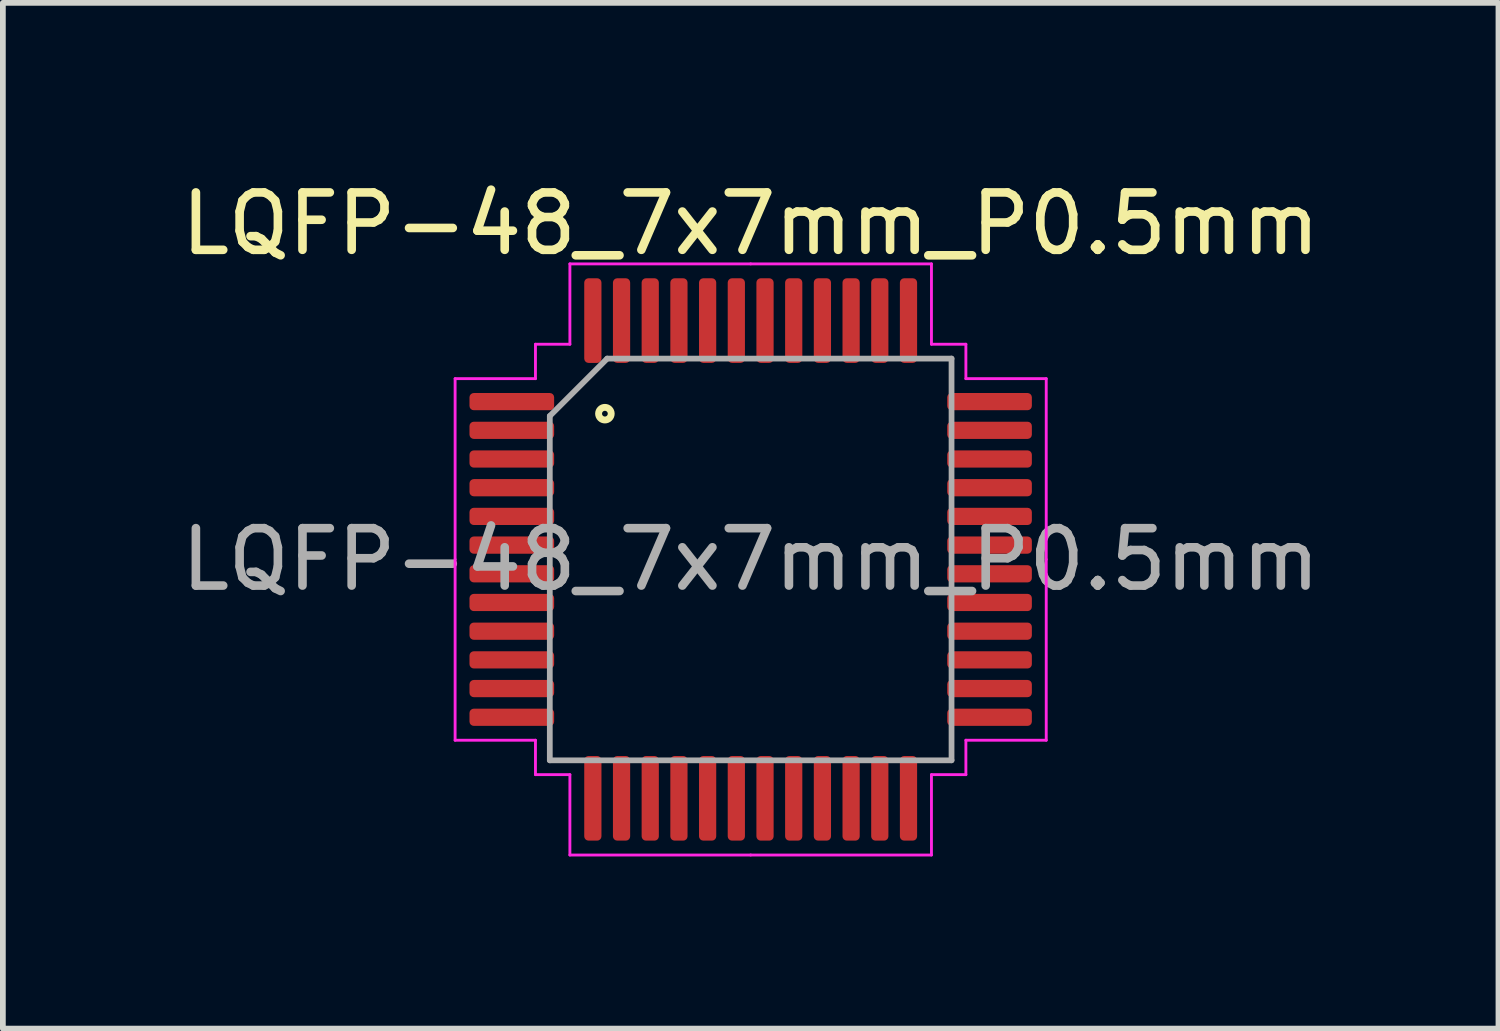
<source format=kicad_pcb>
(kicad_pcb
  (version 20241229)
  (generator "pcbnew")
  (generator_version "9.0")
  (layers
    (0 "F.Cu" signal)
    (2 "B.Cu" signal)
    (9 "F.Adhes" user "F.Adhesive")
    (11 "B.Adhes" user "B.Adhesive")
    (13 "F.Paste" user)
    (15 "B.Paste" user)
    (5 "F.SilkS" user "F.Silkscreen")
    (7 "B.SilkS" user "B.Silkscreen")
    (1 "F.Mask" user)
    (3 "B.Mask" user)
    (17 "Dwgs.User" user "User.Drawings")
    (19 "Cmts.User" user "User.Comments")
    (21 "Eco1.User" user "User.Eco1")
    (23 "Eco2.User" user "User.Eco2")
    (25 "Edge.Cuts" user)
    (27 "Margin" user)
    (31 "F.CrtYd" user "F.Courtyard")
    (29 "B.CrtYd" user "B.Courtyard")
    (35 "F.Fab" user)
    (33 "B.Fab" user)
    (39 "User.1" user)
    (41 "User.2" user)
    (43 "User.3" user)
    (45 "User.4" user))
  (footprint "LQFP-48_7x7mm_P0.5mm"
    (layer "F.Cu")
    (at 10.03 6.698)
    (property "Reference" "LQFP-48_7x7mm_P0.5mm" (at 0 -5.85 0) (layer "F.SilkS") (effects (font (size 1 1) (thickness 0.15))))
    (attr smd)
    (fp_circle (center -2.54 -2.54) (end -2.49 -2.54) (stroke (width 0.12) (type solid)) (fill no) (layer "F.SilkS"))
    (fp_line (start -5.15 -3.15) (end -5.15 0) (stroke (width 0.05) (type solid)) (layer "F.CrtYd"))
    (fp_line (start -5.15 3.15) (end -5.15 0) (stroke (width 0.05) (type solid)) (layer "F.CrtYd"))
    (fp_line (start -3.75 -3.75) (end -3.75 -3.15) (stroke (width 0.05) (type solid)) (layer "F.CrtYd"))
    (fp_line (start -3.75 -3.15) (end -5.15 -3.15) (stroke (width 0.05) (type solid)) (layer "F.CrtYd"))
    (fp_line (start -3.75 3.15) (end -5.15 3.15) (stroke (width 0.05) (type solid)) (layer "F.CrtYd"))
    (fp_line (start -3.75 3.75) (end -3.75 3.15) (stroke (width 0.05) (type solid)) (layer "F.CrtYd"))
    (fp_line (start -3.15 -5.15) (end -3.15 -3.75) (stroke (width 0.05) (type solid)) (layer "F.CrtYd"))
    (fp_line (start -3.15 -3.75) (end -3.75 -3.75) (stroke (width 0.05) (type solid)) (layer "F.CrtYd"))
    (fp_line (start -3.15 3.75) (end -3.75 3.75) (stroke (width 0.05) (type solid)) (layer "F.CrtYd"))
    (fp_line (start -3.15 5.15) (end -3.15 3.75) (stroke (width 0.05) (type solid)) (layer "F.CrtYd"))
    (fp_line (start 0 -5.15) (end -3.15 -5.15) (stroke (width 0.05) (type solid)) (layer "F.CrtYd"))
    (fp_line (start 0 -5.15) (end 3.15 -5.15) (stroke (width 0.05) (type solid)) (layer "F.CrtYd"))
    (fp_line (start 0 5.15) (end -3.15 5.15) (stroke (width 0.05) (type solid)) (layer "F.CrtYd"))
    (fp_line (start 0 5.15) (end 3.15 5.15) (stroke (width 0.05) (type solid)) (layer "F.CrtYd"))
    (fp_line (start 3.15 -5.15) (end 3.15 -3.75) (stroke (width 0.05) (type solid)) (layer "F.CrtYd"))
    (fp_line (start 3.15 -3.75) (end 3.75 -3.75) (stroke (width 0.05) (type solid)) (layer "F.CrtYd"))
    (fp_line (start 3.15 3.75) (end 3.75 3.75) (stroke (width 0.05) (type solid)) (layer "F.CrtYd"))
    (fp_line (start 3.15 5.15) (end 3.15 3.75) (stroke (width 0.05) (type solid)) (layer "F.CrtYd"))
    (fp_line (start 3.75 -3.75) (end 3.75 -3.15) (stroke (width 0.05) (type solid)) (layer "F.CrtYd"))
    (fp_line (start 3.75 -3.15) (end 5.15 -3.15) (stroke (width 0.05) (type solid)) (layer "F.CrtYd"))
    (fp_line (start 3.75 3.15) (end 5.15 3.15) (stroke (width 0.05) (type solid)) (layer "F.CrtYd"))
    (fp_line (start 3.75 3.75) (end 3.75 3.15) (stroke (width 0.05) (type solid)) (layer "F.CrtYd"))
    (fp_line (start 5.15 -3.15) (end 5.15 0) (stroke (width 0.05) (type solid)) (layer "F.CrtYd"))
    (fp_line (start 5.15 3.15) (end 5.15 0) (stroke (width 0.05) (type solid)) (layer "F.CrtYd"))
    (fp_line (start -3.5 -2.5) (end -2.5 -3.5) (stroke (width 0.1) (type solid)) (layer "F.Fab"))
    (fp_line (start -3.5 3.5) (end -3.5 -2.5) (stroke (width 0.1) (type solid)) (layer "F.Fab"))
    (fp_line (start -2.5 -3.5) (end 3.5 -3.5) (stroke (width 0.1) (type solid)) (layer "F.Fab"))
    (fp_line (start 3.5 -3.5) (end 3.5 3.5) (stroke (width 0.1) (type solid)) (layer "F.Fab"))
    (fp_line (start 3.5 3.5) (end -3.5 3.5) (stroke (width 0.1) (type solid)) (layer "F.Fab"))
    (fp_text user "${REFERENCE}" (at 0 0 0) (layer "F.Fab") (effects (font (size 1 1) (thickness 0.15))))
    (pad "1" smd roundrect (at -4.162 -2.75) (size 1.475 0.3) (layers "F.Cu" "F.Mask" "F.Paste") (roundrect_rratio 0.25))
    (pad "2" smd roundrect (at -4.162 -2.25) (size 1.475 0.3) (layers "F.Cu" "F.Mask" "F.Paste") (roundrect_rratio 0.25))
    (pad "3" smd roundrect (at -4.162 -1.75) (size 1.475 0.3) (layers "F.Cu" "F.Mask" "F.Paste") (roundrect_rratio 0.25))
    (pad "4" smd roundrect (at -4.162 -1.25) (size 1.475 0.3) (layers "F.Cu" "F.Mask" "F.Paste") (roundrect_rratio 0.25))
    (pad "5" smd roundrect (at -4.162 -0.75) (size 1.475 0.3) (layers "F.Cu" "F.Mask" "F.Paste") (roundrect_rratio 0.25))
    (pad "6" smd roundrect (at -4.162 -0.25) (size 1.475 0.3) (layers "F.Cu" "F.Mask" "F.Paste") (roundrect_rratio 0.25))
    (pad "7" smd roundrect (at -4.162 0.25) (size 1.475 0.3) (layers "F.Cu" "F.Mask" "F.Paste") (roundrect_rratio 0.25))
    (pad "8" smd roundrect (at -4.162 0.75) (size 1.475 0.3) (layers "F.Cu" "F.Mask" "F.Paste") (roundrect_rratio 0.25))
    (pad "9" smd roundrect (at -4.162 1.25) (size 1.475 0.3) (layers "F.Cu" "F.Mask" "F.Paste") (roundrect_rratio 0.25))
    (pad "10" smd roundrect (at -4.162 1.75) (size 1.475 0.3) (layers "F.Cu" "F.Mask" "F.Paste") (roundrect_rratio 0.25))
    (pad "11" smd roundrect (at -4.162 2.25) (size 1.475 0.3) (layers "F.Cu" "F.Mask" "F.Paste") (roundrect_rratio 0.25))
    (pad "12" smd roundrect (at -4.162 2.75) (size 1.475 0.3) (layers "F.Cu" "F.Mask" "F.Paste") (roundrect_rratio 0.25))
    (pad "13" smd roundrect (at -2.75 4.162) (size 0.3 1.475) (layers "F.Cu" "F.Mask" "F.Paste") (roundrect_rratio 0.25))
    (pad "14" smd roundrect (at -2.25 4.162) (size 0.3 1.475) (layers "F.Cu" "F.Mask" "F.Paste") (roundrect_rratio 0.25))
    (pad "15" smd roundrect (at -1.75 4.162) (size 0.3 1.475) (layers "F.Cu" "F.Mask" "F.Paste") (roundrect_rratio 0.25))
    (pad "16" smd roundrect (at -1.25 4.162) (size 0.3 1.475) (layers "F.Cu" "F.Mask" "F.Paste") (roundrect_rratio 0.25))
    (pad "17" smd roundrect (at -0.75 4.162) (size 0.3 1.475) (layers "F.Cu" "F.Mask" "F.Paste") (roundrect_rratio 0.25))
    (pad "18" smd roundrect (at -0.25 4.162) (size 0.3 1.475) (layers "F.Cu" "F.Mask" "F.Paste") (roundrect_rratio 0.25))
    (pad "19" smd roundrect (at 0.25 4.162) (size 0.3 1.475) (layers "F.Cu" "F.Mask" "F.Paste") (roundrect_rratio 0.25))
    (pad "20" smd roundrect (at 0.75 4.162) (size 0.3 1.475) (layers "F.Cu" "F.Mask" "F.Paste") (roundrect_rratio 0.25))
    (pad "21" smd roundrect (at 1.25 4.162) (size 0.3 1.475) (layers "F.Cu" "F.Mask" "F.Paste") (roundrect_rratio 0.25))
    (pad "22" smd roundrect (at 1.75 4.162) (size 0.3 1.475) (layers "F.Cu" "F.Mask" "F.Paste") (roundrect_rratio 0.25))
    (pad "23" smd roundrect (at 2.25 4.162) (size 0.3 1.475) (layers "F.Cu" "F.Mask" "F.Paste") (roundrect_rratio 0.25))
    (pad "24" smd roundrect (at 2.75 4.162) (size 0.3 1.475) (layers "F.Cu" "F.Mask" "F.Paste") (roundrect_rratio 0.25))
    (pad "25" smd roundrect (at 4.162 2.75) (size 1.475 0.3) (layers "F.Cu" "F.Mask" "F.Paste") (roundrect_rratio 0.25))
    (pad "26" smd roundrect (at 4.162 2.25) (size 1.475 0.3) (layers "F.Cu" "F.Mask" "F.Paste") (roundrect_rratio 0.25))
    (pad "27" smd roundrect (at 4.162 1.75) (size 1.475 0.3) (layers "F.Cu" "F.Mask" "F.Paste") (roundrect_rratio 0.25))
    (pad "28" smd roundrect (at 4.162 1.25) (size 1.475 0.3) (layers "F.Cu" "F.Mask" "F.Paste") (roundrect_rratio 0.25))
    (pad "29" smd roundrect (at 4.162 0.75) (size 1.475 0.3) (layers "F.Cu" "F.Mask" "F.Paste") (roundrect_rratio 0.25))
    (pad "30" smd roundrect (at 4.162 0.25) (size 1.475 0.3) (layers "F.Cu" "F.Mask" "F.Paste") (roundrect_rratio 0.25))
    (pad "31" smd roundrect (at 4.162 -0.25) (size 1.475 0.3) (layers "F.Cu" "F.Mask" "F.Paste") (roundrect_rratio 0.25))
    (pad "32" smd roundrect (at 4.162 -0.75) (size 1.475 0.3) (layers "F.Cu" "F.Mask" "F.Paste") (roundrect_rratio 0.25))
    (pad "33" smd roundrect (at 4.162 -1.25) (size 1.475 0.3) (layers "F.Cu" "F.Mask" "F.Paste") (roundrect_rratio 0.25))
    (pad "34" smd roundrect (at 4.162 -1.75) (size 1.475 0.3) (layers "F.Cu" "F.Mask" "F.Paste") (roundrect_rratio 0.25))
    (pad "35" smd roundrect (at 4.162 -2.25) (size 1.475 0.3) (layers "F.Cu" "F.Mask" "F.Paste") (roundrect_rratio 0.25))
    (pad "36" smd roundrect (at 4.162 -2.75) (size 1.475 0.3) (layers "F.Cu" "F.Mask" "F.Paste") (roundrect_rratio 0.25))
    (pad "37" smd roundrect (at 2.75 -4.162) (size 0.3 1.475) (layers "F.Cu" "F.Mask" "F.Paste") (roundrect_rratio 0.25))
    (pad "38" smd roundrect (at 2.25 -4.162) (size 0.3 1.475) (layers "F.Cu" "F.Mask" "F.Paste") (roundrect_rratio 0.25))
    (pad "39" smd roundrect (at 1.75 -4.162) (size 0.3 1.475) (layers "F.Cu" "F.Mask" "F.Paste") (roundrect_rratio 0.25))
    (pad "40" smd roundrect (at 1.25 -4.162) (size 0.3 1.475) (layers "F.Cu" "F.Mask" "F.Paste") (roundrect_rratio 0.25))
    (pad "41" smd roundrect (at 0.75 -4.162) (size 0.3 1.475) (layers "F.Cu" "F.Mask" "F.Paste") (roundrect_rratio 0.25))
    (pad "42" smd roundrect (at 0.25 -4.162) (size 0.3 1.475) (layers "F.Cu" "F.Mask" "F.Paste") (roundrect_rratio 0.25))
    (pad "43" smd roundrect (at -0.25 -4.162) (size 0.3 1.475) (layers "F.Cu" "F.Mask" "F.Paste") (roundrect_rratio 0.25))
    (pad "44" smd roundrect (at -0.75 -4.162) (size 0.3 1.475) (layers "F.Cu" "F.Mask" "F.Paste") (roundrect_rratio 0.25))
    (pad "45" smd roundrect (at -1.25 -4.162) (size 0.3 1.475) (layers "F.Cu" "F.Mask" "F.Paste") (roundrect_rratio 0.25))
    (pad "46" smd roundrect (at -1.75 -4.162) (size 0.3 1.475) (layers "F.Cu" "F.Mask" "F.Paste") (roundrect_rratio 0.25))
    (pad "47" smd roundrect (at -2.25 -4.162) (size 0.3 1.475) (layers "F.Cu" "F.Mask" "F.Paste") (roundrect_rratio 0.25))
    (pad "48" smd roundrect (at -2.75 -4.162) (size 0.3 1.475) (layers "F.Cu" "F.Mask" "F.Paste") (roundrect_rratio 0.25)))
  (gr_rect
    (start -3 -3)
    (end 23.06 14.873)
    (stroke (width 0.1) (type default))
    (fill no)
    (layer "Edge.Cuts")))
</source>
